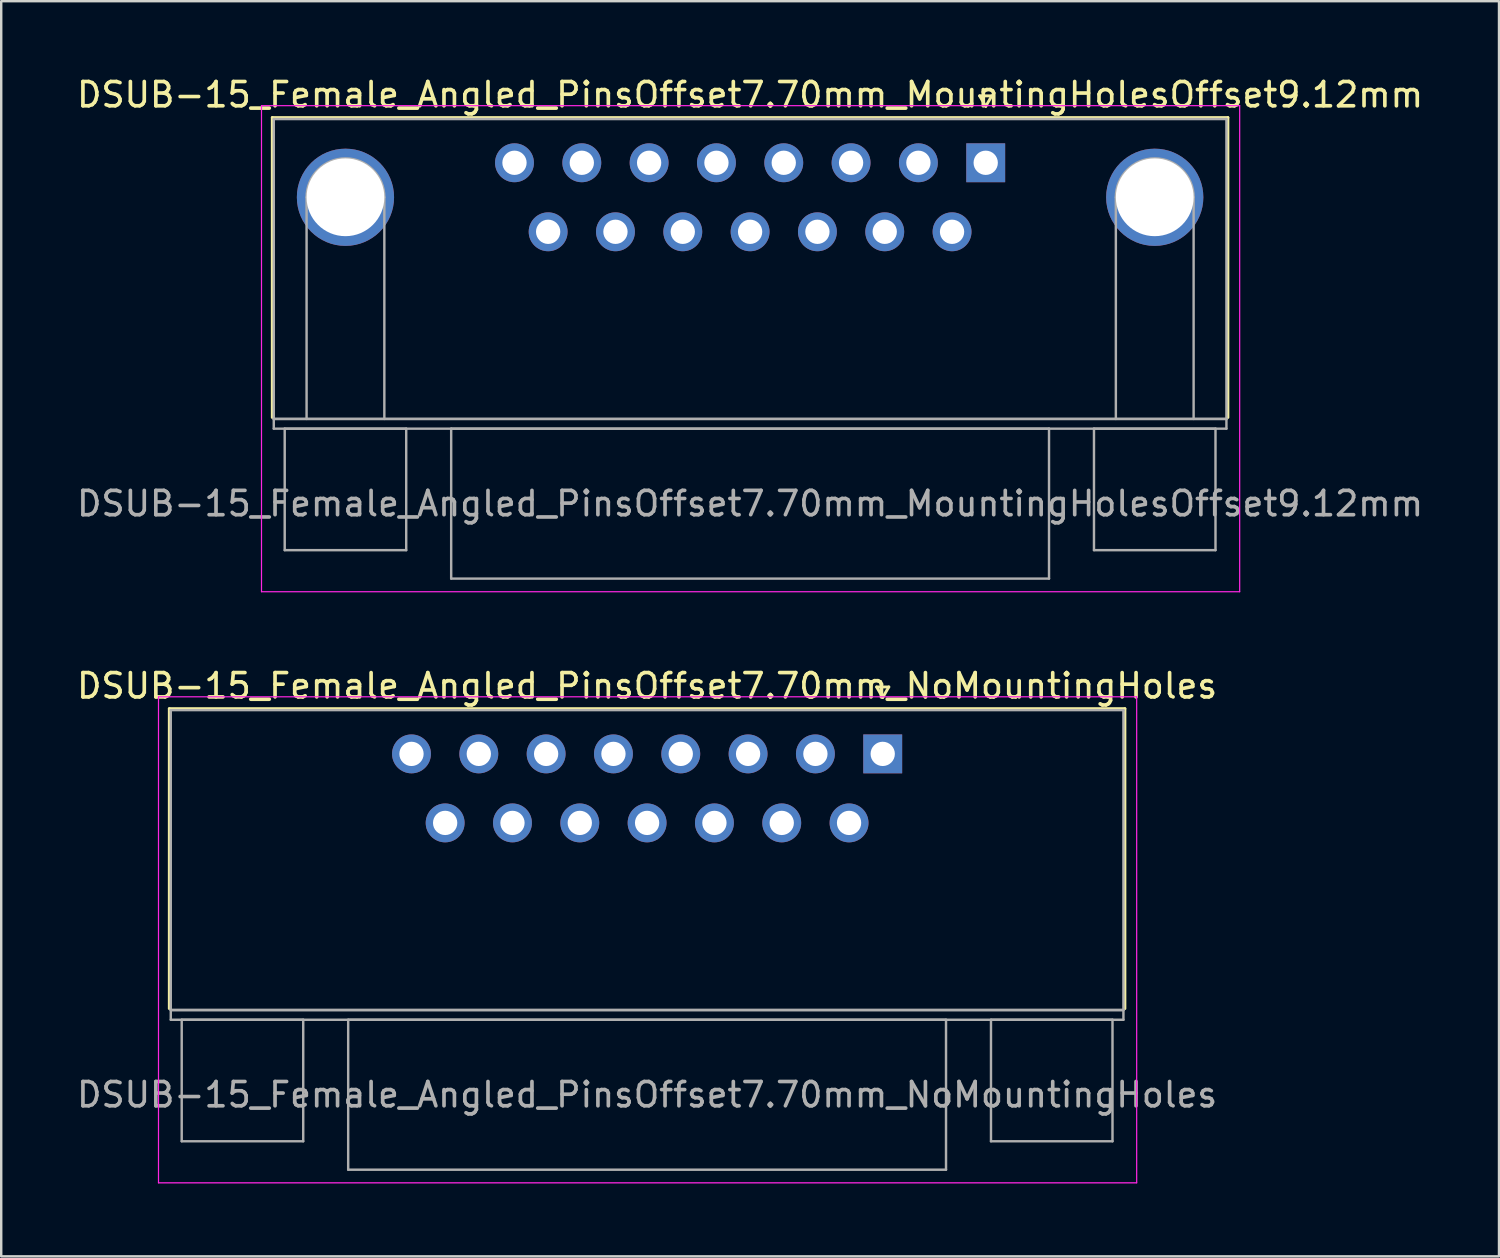
<source format=kicad_pcb>
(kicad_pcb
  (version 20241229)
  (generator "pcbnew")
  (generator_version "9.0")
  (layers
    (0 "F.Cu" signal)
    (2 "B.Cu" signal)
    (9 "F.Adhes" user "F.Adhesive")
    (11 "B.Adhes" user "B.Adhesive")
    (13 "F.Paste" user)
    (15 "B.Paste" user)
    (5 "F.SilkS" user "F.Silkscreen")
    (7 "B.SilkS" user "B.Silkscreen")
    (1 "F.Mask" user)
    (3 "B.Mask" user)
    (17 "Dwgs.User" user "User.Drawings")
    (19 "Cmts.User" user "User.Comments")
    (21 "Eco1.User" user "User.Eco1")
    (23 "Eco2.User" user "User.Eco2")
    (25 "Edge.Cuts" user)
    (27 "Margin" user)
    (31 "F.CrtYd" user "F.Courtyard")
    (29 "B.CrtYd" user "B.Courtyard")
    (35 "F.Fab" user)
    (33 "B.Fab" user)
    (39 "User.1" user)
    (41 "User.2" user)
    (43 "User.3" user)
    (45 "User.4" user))
  (footprint "DSUB-15_Female_Angled_PinsOffset7.70mm_NoMountingHoles"
    (layer "F.Cu")
    (at 33.272 27.971)
    (property "Reference" "DSUB-15_Female_Angled_PinsOffset7.70mm_NoMountingHoles" (at -9.695 -2.8 0) (layer "F.SilkS") (effects (font (size 1 1) (thickness 0.15))))
    (attr through_hole)
    (fp_line (start -29.355 -1.86) (end 9.965 -1.86) (stroke (width 0.12) (type solid)) (layer "F.SilkS"))
    (fp_line (start -29.355 10.48) (end -29.355 -1.86) (stroke (width 0.12) (type solid)) (layer "F.SilkS"))
    (fp_line (start -0.25 -2.754) (end 0.25 -2.754) (stroke (width 0.12) (type solid)) (layer "F.SilkS"))
    (fp_line (start 0 -2.321) (end -0.25 -2.754) (stroke (width 0.12) (type solid)) (layer "F.SilkS"))
    (fp_line (start 0.25 -2.754) (end 0 -2.321) (stroke (width 0.12) (type solid)) (layer "F.SilkS"))
    (fp_line (start 9.965 -1.86) (end 9.965 10.48) (stroke (width 0.12) (type solid)) (layer "F.SilkS"))
    (fp_line (start -29.8 -2.35) (end -29.8 17.65) (stroke (width 0.05) (type solid)) (layer "F.CrtYd"))
    (fp_line (start -29.8 17.65) (end 10.45 17.65) (stroke (width 0.05) (type solid)) (layer "F.CrtYd"))
    (fp_line (start 10.45 -2.35) (end -29.8 -2.35) (stroke (width 0.05) (type solid)) (layer "F.CrtYd"))
    (fp_line (start 10.45 17.65) (end 10.45 -2.35) (stroke (width 0.05) (type solid)) (layer "F.CrtYd"))
    (fp_line (start -29.295 -1.8) (end -29.295 10.54) (stroke (width 0.1) (type solid)) (layer "F.Fab"))
    (fp_line (start -29.295 10.54) (end -29.295 10.94) (stroke (width 0.1) (type solid)) (layer "F.Fab"))
    (fp_line (start -29.295 10.54) (end 9.905 10.54) (stroke (width 0.1) (type solid)) (layer "F.Fab"))
    (fp_line (start -29.295 10.94) (end 9.905 10.94) (stroke (width 0.1) (type solid)) (layer "F.Fab"))
    (fp_line (start -28.845 10.94) (end -28.845 15.94) (stroke (width 0.1) (type solid)) (layer "F.Fab"))
    (fp_line (start -28.845 15.94) (end -23.845 15.94) (stroke (width 0.1) (type solid)) (layer "F.Fab"))
    (fp_line (start -23.845 10.94) (end -28.845 10.94) (stroke (width 0.1) (type solid)) (layer "F.Fab"))
    (fp_line (start -23.845 15.94) (end -23.845 10.94) (stroke (width 0.1) (type solid)) (layer "F.Fab"))
    (fp_line (start -21.995 10.94) (end -21.995 17.11) (stroke (width 0.1) (type solid)) (layer "F.Fab"))
    (fp_line (start -21.995 17.11) (end 2.605 17.11) (stroke (width 0.1) (type solid)) (layer "F.Fab"))
    (fp_line (start 2.605 10.94) (end -21.995 10.94) (stroke (width 0.1) (type solid)) (layer "F.Fab"))
    (fp_line (start 2.605 17.11) (end 2.605 10.94) (stroke (width 0.1) (type solid)) (layer "F.Fab"))
    (fp_line (start 4.455 10.94) (end 4.455 15.94) (stroke (width 0.1) (type solid)) (layer "F.Fab"))
    (fp_line (start 4.455 15.94) (end 9.455 15.94) (stroke (width 0.1) (type solid)) (layer "F.Fab"))
    (fp_line (start 9.455 10.94) (end 4.455 10.94) (stroke (width 0.1) (type solid)) (layer "F.Fab"))
    (fp_line (start 9.455 15.94) (end 9.455 10.94) (stroke (width 0.1) (type solid)) (layer "F.Fab"))
    (fp_line (start 9.905 -1.8) (end -29.295 -1.8) (stroke (width 0.1) (type solid)) (layer "F.Fab"))
    (fp_line (start 9.905 10.54) (end -29.295 10.54) (stroke (width 0.1) (type solid)) (layer "F.Fab"))
    (fp_line (start 9.905 10.54) (end 9.905 -1.8) (stroke (width 0.1) (type solid)) (layer "F.Fab"))
    (fp_line (start 9.905 10.94) (end 9.905 10.54) (stroke (width 0.1) (type solid)) (layer "F.Fab"))
    (fp_text user "${REFERENCE}" (at -9.695 14.025 0) (layer "F.Fab") (effects (font (size 1 1) (thickness 0.15))))
    (pad "1" thru_hole rect (at 0 0) (size 1.6 1.6) (drill 1) (layers "*.Cu" "*.Mask"))
    (pad "2" thru_hole circle (at -2.77 0) (size 1.6 1.6) (drill 1) (layers "*.Cu" "*.Mask"))
    (pad "3" thru_hole circle (at -5.54 0) (size 1.6 1.6) (drill 1) (layers "*.Cu" "*.Mask"))
    (pad "4" thru_hole circle (at -8.31 0) (size 1.6 1.6) (drill 1) (layers "*.Cu" "*.Mask"))
    (pad "5" thru_hole circle (at -11.08 0) (size 1.6 1.6) (drill 1) (layers "*.Cu" "*.Mask"))
    (pad "6" thru_hole circle (at -13.85 0) (size 1.6 1.6) (drill 1) (layers "*.Cu" "*.Mask"))
    (pad "7" thru_hole circle (at -16.62 0) (size 1.6 1.6) (drill 1) (layers "*.Cu" "*.Mask"))
    (pad "8" thru_hole circle (at -19.39 0) (size 1.6 1.6) (drill 1) (layers "*.Cu" "*.Mask"))
    (pad "9" thru_hole circle (at -1.385 2.84) (size 1.6 1.6) (drill 1) (layers "*.Cu" "*.Mask"))
    (pad "10" thru_hole circle (at -4.155 2.84) (size 1.6 1.6) (drill 1) (layers "*.Cu" "*.Mask"))
    (pad "11" thru_hole circle (at -6.925 2.84) (size 1.6 1.6) (drill 1) (layers "*.Cu" "*.Mask"))
    (pad "12" thru_hole circle (at -9.695 2.84) (size 1.6 1.6) (drill 1) (layers "*.Cu" "*.Mask"))
    (pad "13" thru_hole circle (at -12.465 2.84) (size 1.6 1.6) (drill 1) (layers "*.Cu" "*.Mask"))
    (pad "14" thru_hole circle (at -15.235 2.84) (size 1.6 1.6) (drill 1) (layers "*.Cu" "*.Mask"))
    (pad "15" thru_hole circle (at -18.005 2.84) (size 1.6 1.6) (drill 1) (layers "*.Cu" "*.Mask")))
  (footprint "DSUB-15_Female_Angled_PinsOffset7.70mm_MountingHolesOffset9.12mm"
    (layer "F.Cu")
    (at 37.51 3.648)
    (property "Reference" "DSUB-15_Female_Angled_PinsOffset7.70mm_MountingHolesOffset9.12mm" (at -9.695 -2.8 0) (layer "F.SilkS") (effects (font (size 1 1) (thickness 0.15))))
    (attr through_hole)
    (fp_line (start -29.355 -1.86) (end 9.965 -1.86) (stroke (width 0.12) (type solid)) (layer "F.SilkS"))
    (fp_line (start -29.355 10.48) (end -29.355 -1.86) (stroke (width 0.12) (type solid)) (layer "F.SilkS"))
    (fp_line (start -0.25 -2.754) (end 0.25 -2.754) (stroke (width 0.12) (type solid)) (layer "F.SilkS"))
    (fp_line (start 0 -2.321) (end -0.25 -2.754) (stroke (width 0.12) (type solid)) (layer "F.SilkS"))
    (fp_line (start 0.25 -2.754) (end 0 -2.321) (stroke (width 0.12) (type solid)) (layer "F.SilkS"))
    (fp_line (start 9.965 -1.86) (end 9.965 10.48) (stroke (width 0.12) (type solid)) (layer "F.SilkS"))
    (fp_line (start -29.8 -2.35) (end -29.8 17.65) (stroke (width 0.05) (type solid)) (layer "F.CrtYd"))
    (fp_line (start -29.8 17.65) (end 10.45 17.65) (stroke (width 0.05) (type solid)) (layer "F.CrtYd"))
    (fp_line (start 10.45 -2.35) (end -29.8 -2.35) (stroke (width 0.05) (type solid)) (layer "F.CrtYd"))
    (fp_line (start 10.45 17.65) (end 10.45 -2.35) (stroke (width 0.05) (type solid)) (layer "F.CrtYd"))
    (fp_line (start -29.295 -1.8) (end -29.295 10.54) (stroke (width 0.1) (type solid)) (layer "F.Fab"))
    (fp_line (start -29.295 10.54) (end -29.295 10.94) (stroke (width 0.1) (type solid)) (layer "F.Fab"))
    (fp_line (start -29.295 10.54) (end 9.905 10.54) (stroke (width 0.1) (type solid)) (layer "F.Fab"))
    (fp_line (start -29.295 10.94) (end 9.905 10.94) (stroke (width 0.1) (type solid)) (layer "F.Fab"))
    (fp_line (start -28.845 10.94) (end -28.845 15.94) (stroke (width 0.1) (type solid)) (layer "F.Fab"))
    (fp_line (start -28.845 15.94) (end -23.845 15.94) (stroke (width 0.1) (type solid)) (layer "F.Fab"))
    (fp_line (start -27.945 10.54) (end -27.945 1.42) (stroke (width 0.1) (type solid)) (layer "F.Fab"))
    (fp_line (start -24.745 10.54) (end -24.745 1.42) (stroke (width 0.1) (type solid)) (layer "F.Fab"))
    (fp_line (start -23.845 10.94) (end -28.845 10.94) (stroke (width 0.1) (type solid)) (layer "F.Fab"))
    (fp_line (start -23.845 15.94) (end -23.845 10.94) (stroke (width 0.1) (type solid)) (layer "F.Fab"))
    (fp_line (start -21.995 10.94) (end -21.995 17.11) (stroke (width 0.1) (type solid)) (layer "F.Fab"))
    (fp_line (start -21.995 17.11) (end 2.605 17.11) (stroke (width 0.1) (type solid)) (layer "F.Fab"))
    (fp_line (start 2.605 10.94) (end -21.995 10.94) (stroke (width 0.1) (type solid)) (layer "F.Fab"))
    (fp_line (start 2.605 17.11) (end 2.605 10.94) (stroke (width 0.1) (type solid)) (layer "F.Fab"))
    (fp_line (start 4.455 10.94) (end 4.455 15.94) (stroke (width 0.1) (type solid)) (layer "F.Fab"))
    (fp_line (start 4.455 15.94) (end 9.455 15.94) (stroke (width 0.1) (type solid)) (layer "F.Fab"))
    (fp_line (start 5.355 10.54) (end 5.355 1.42) (stroke (width 0.1) (type solid)) (layer "F.Fab"))
    (fp_line (start 8.555 10.54) (end 8.555 1.42) (stroke (width 0.1) (type solid)) (layer "F.Fab"))
    (fp_line (start 9.455 10.94) (end 4.455 10.94) (stroke (width 0.1) (type solid)) (layer "F.Fab"))
    (fp_line (start 9.455 15.94) (end 9.455 10.94) (stroke (width 0.1) (type solid)) (layer "F.Fab"))
    (fp_line (start 9.905 -1.8) (end -29.295 -1.8) (stroke (width 0.1) (type solid)) (layer "F.Fab"))
    (fp_line (start 9.905 10.54) (end -29.295 10.54) (stroke (width 0.1) (type solid)) (layer "F.Fab"))
    (fp_line (start 9.905 10.54) (end 9.905 -1.8) (stroke (width 0.1) (type solid)) (layer "F.Fab"))
    (fp_line (start 9.905 10.94) (end 9.905 10.54) (stroke (width 0.1) (type solid)) (layer "F.Fab"))
    (fp_arc (start -27.945 1.42) (mid -26.345 -0.18) (end -24.745 1.42) (stroke (width 0.1) (type solid)) (layer "F.Fab"))
    (fp_arc (start 5.355 1.42) (mid 6.955 -0.18) (end 8.555 1.42) (stroke (width 0.1) (type solid)) (layer "F.Fab"))
    (fp_text user "${REFERENCE}" (at -9.695 14.025 0) (layer "F.Fab") (effects (font (size 1 1) (thickness 0.15))))
    (pad "0" thru_hole circle (at -26.345 1.42) (size 4 4) (drill 3.2) (layers "*.Cu" "*.Mask"))
    (pad "0" thru_hole circle (at 6.955 1.42) (size 4 4) (drill 3.2) (layers "*.Cu" "*.Mask"))
    (pad "1" thru_hole rect (at 0 0) (size 1.6 1.6) (drill 1) (layers "*.Cu" "*.Mask"))
    (pad "2" thru_hole circle (at -2.77 0) (size 1.6 1.6) (drill 1) (layers "*.Cu" "*.Mask"))
    (pad "3" thru_hole circle (at -5.54 0) (size 1.6 1.6) (drill 1) (layers "*.Cu" "*.Mask"))
    (pad "4" thru_hole circle (at -8.31 0) (size 1.6 1.6) (drill 1) (layers "*.Cu" "*.Mask"))
    (pad "5" thru_hole circle (at -11.08 0) (size 1.6 1.6) (drill 1) (layers "*.Cu" "*.Mask"))
    (pad "6" thru_hole circle (at -13.85 0) (size 1.6 1.6) (drill 1) (layers "*.Cu" "*.Mask"))
    (pad "7" thru_hole circle (at -16.62 0) (size 1.6 1.6) (drill 1) (layers "*.Cu" "*.Mask"))
    (pad "8" thru_hole circle (at -19.39 0) (size 1.6 1.6) (drill 1) (layers "*.Cu" "*.Mask"))
    (pad "9" thru_hole circle (at -1.385 2.84) (size 1.6 1.6) (drill 1) (layers "*.Cu" "*.Mask"))
    (pad "10" thru_hole circle (at -4.155 2.84) (size 1.6 1.6) (drill 1) (layers "*.Cu" "*.Mask"))
    (pad "11" thru_hole circle (at -6.925 2.84) (size 1.6 1.6) (drill 1) (layers "*.Cu" "*.Mask"))
    (pad "12" thru_hole circle (at -9.695 2.84) (size 1.6 1.6) (drill 1) (layers "*.Cu" "*.Mask"))
    (pad "13" thru_hole circle (at -12.465 2.84) (size 1.6 1.6) (drill 1) (layers "*.Cu" "*.Mask"))
    (pad "14" thru_hole circle (at -15.235 2.84) (size 1.6 1.6) (drill 1) (layers "*.Cu" "*.Mask"))
    (pad "15" thru_hole circle (at -18.005 2.84) (size 1.6 1.6) (drill 1) (layers "*.Cu" "*.Mask")))
  (gr_rect
    (start -3 -3)
    (end 58.631 48.647)
    (stroke (width 0.1) (type default))
    (fill no)
    (layer "Edge.Cuts")))
</source>
